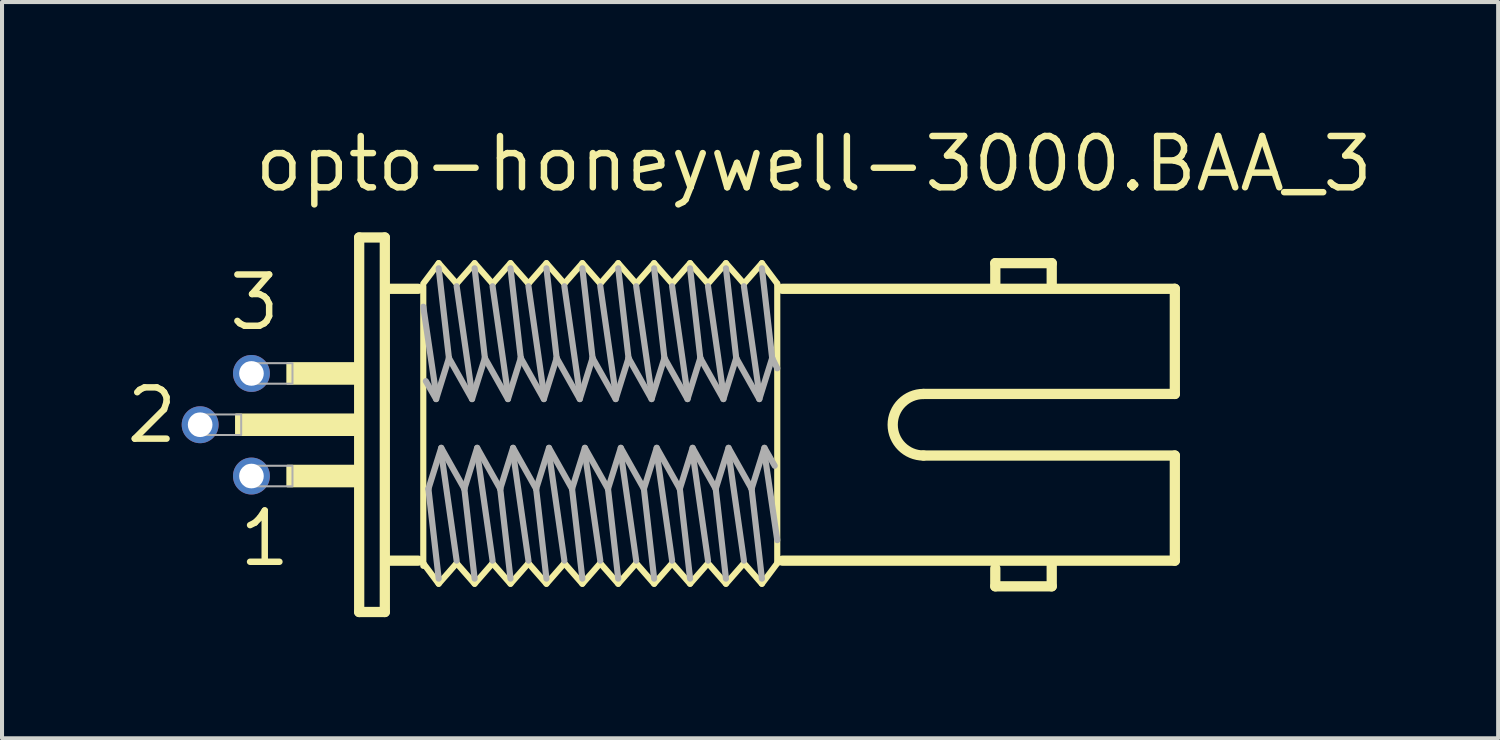
<source format=kicad_pcb>
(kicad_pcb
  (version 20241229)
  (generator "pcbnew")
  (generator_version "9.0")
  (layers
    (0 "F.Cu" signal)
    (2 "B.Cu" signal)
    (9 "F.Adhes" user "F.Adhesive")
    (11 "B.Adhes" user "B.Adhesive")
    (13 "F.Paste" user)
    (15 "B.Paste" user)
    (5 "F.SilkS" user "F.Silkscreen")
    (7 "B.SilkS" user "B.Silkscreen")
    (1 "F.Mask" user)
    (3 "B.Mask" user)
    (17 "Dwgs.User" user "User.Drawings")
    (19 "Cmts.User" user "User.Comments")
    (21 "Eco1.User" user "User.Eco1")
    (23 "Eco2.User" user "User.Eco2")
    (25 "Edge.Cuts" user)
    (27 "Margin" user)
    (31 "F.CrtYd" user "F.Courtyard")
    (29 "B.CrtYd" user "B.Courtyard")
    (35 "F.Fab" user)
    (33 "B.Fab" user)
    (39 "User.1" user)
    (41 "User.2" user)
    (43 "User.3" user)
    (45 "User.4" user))
  (footprint "opto-honeywell-3000.BAA_3"
    (layer "F.Cu")
    (at 5.715 7.465)
    (property "Reference" "opto-honeywell-3000.BAA_3" (at -2.54 -5.715 0) (layer "F.SilkS") (effects (font (size 1.27 1.27) (thickness 0.16)) (justify left bottom)))
    (attr through_hole)
    (fp_line (start 0.127 -4.636) (end 0.762 -4.636) (stroke (width 0.254) (type default)) (layer "F.SilkS"))
    (fp_line (start 0.127 4.636) (end 0.127 -4.636) (stroke (width 0.254) (type default)) (layer "F.SilkS"))
    (fp_line (start 0.762 -4.636) (end 0.762 4.636) (stroke (width 0.254) (type default)) (layer "F.SilkS"))
    (fp_line (start 0.762 4.636) (end 0.127 4.636) (stroke (width 0.254) (type default)) (layer "F.SilkS"))
    (fp_line (start 0.889 -3.365) (end 1.587 -3.365) (stroke (width 0.254) (type default)) (layer "F.SilkS"))
    (fp_line (start 0.889 3.365) (end 1.587 3.365) (stroke (width 0.254) (type default)) (layer "F.SilkS"))
    (fp_line (start 1.714 -3.493) (end 2.095 -4) (stroke (width 0.152) (type default)) (layer "F.SilkS"))
    (fp_line (start 1.714 3.429) (end 1.714 -3.429) (stroke (width 0.152) (type default)) (layer "F.SilkS"))
    (fp_line (start 1.714 3.493) (end 1.714 3.429) (stroke (width 0.152) (type default)) (layer "F.SilkS"))
    (fp_line (start 2.095 -4) (end 2.54 -3.493) (stroke (width 0.152) (type default)) (layer "F.SilkS"))
    (fp_line (start 2.095 3.937) (end 1.714 3.429) (stroke (width 0.152) (type default)) (layer "F.SilkS"))
    (fp_line (start 2.54 -3.493) (end 2.985 -4) (stroke (width 0.152) (type default)) (layer "F.SilkS"))
    (fp_line (start 2.54 3.429) (end 2.095 3.937) (stroke (width 0.152) (type default)) (layer "F.SilkS"))
    (fp_line (start 2.985 -4) (end 3.429 -3.493) (stroke (width 0.152) (type default)) (layer "F.SilkS"))
    (fp_line (start 2.985 3.937) (end 2.54 3.429) (stroke (width 0.152) (type default)) (layer "F.SilkS"))
    (fp_line (start 3.429 -3.493) (end 3.873 -4) (stroke (width 0.152) (type default)) (layer "F.SilkS"))
    (fp_line (start 3.429 3.429) (end 2.985 3.937) (stroke (width 0.152) (type default)) (layer "F.SilkS"))
    (fp_line (start 3.873 -4) (end 4.318 -3.493) (stroke (width 0.152) (type default)) (layer "F.SilkS"))
    (fp_line (start 3.873 3.937) (end 3.429 3.429) (stroke (width 0.152) (type default)) (layer "F.SilkS"))
    (fp_line (start 4.318 -3.493) (end 4.763 -4) (stroke (width 0.152) (type default)) (layer "F.SilkS"))
    (fp_line (start 4.318 3.429) (end 3.873 3.937) (stroke (width 0.152) (type default)) (layer "F.SilkS"))
    (fp_line (start 4.763 -4) (end 5.207 -3.493) (stroke (width 0.152) (type default)) (layer "F.SilkS"))
    (fp_line (start 4.763 3.937) (end 4.318 3.429) (stroke (width 0.152) (type default)) (layer "F.SilkS"))
    (fp_line (start 5.207 -3.493) (end 5.652 -4) (stroke (width 0.152) (type default)) (layer "F.SilkS"))
    (fp_line (start 5.207 3.429) (end 4.763 3.937) (stroke (width 0.152) (type default)) (layer "F.SilkS"))
    (fp_line (start 5.652 -4) (end 6.096 -3.493) (stroke (width 0.152) (type default)) (layer "F.SilkS"))
    (fp_line (start 5.652 3.937) (end 5.207 3.429) (stroke (width 0.152) (type default)) (layer "F.SilkS"))
    (fp_line (start 6.096 -3.493) (end 6.54 -4) (stroke (width 0.152) (type default)) (layer "F.SilkS"))
    (fp_line (start 6.096 3.429) (end 5.652 3.937) (stroke (width 0.152) (type default)) (layer "F.SilkS"))
    (fp_line (start 6.54 -4) (end 6.985 -3.493) (stroke (width 0.152) (type default)) (layer "F.SilkS"))
    (fp_line (start 6.54 3.937) (end 6.096 3.429) (stroke (width 0.152) (type default)) (layer "F.SilkS"))
    (fp_line (start 6.985 -3.493) (end 7.429 -4) (stroke (width 0.152) (type default)) (layer "F.SilkS"))
    (fp_line (start 6.985 3.429) (end 6.54 3.937) (stroke (width 0.152) (type default)) (layer "F.SilkS"))
    (fp_line (start 7.429 -4) (end 7.874 -3.493) (stroke (width 0.152) (type default)) (layer "F.SilkS"))
    (fp_line (start 7.429 3.937) (end 6.985 3.429) (stroke (width 0.152) (type default)) (layer "F.SilkS"))
    (fp_line (start 7.874 -3.493) (end 8.319 -4) (stroke (width 0.152) (type default)) (layer "F.SilkS"))
    (fp_line (start 7.874 3.429) (end 7.429 3.937) (stroke (width 0.152) (type default)) (layer "F.SilkS"))
    (fp_line (start 8.319 -4) (end 8.763 -3.493) (stroke (width 0.152) (type default)) (layer "F.SilkS"))
    (fp_line (start 8.319 3.937) (end 7.874 3.429) (stroke (width 0.152) (type default)) (layer "F.SilkS"))
    (fp_line (start 8.763 -3.493) (end 9.207 -4) (stroke (width 0.152) (type default)) (layer "F.SilkS"))
    (fp_line (start 8.763 3.429) (end 8.319 3.937) (stroke (width 0.152) (type default)) (layer "F.SilkS"))
    (fp_line (start 9.207 -4) (end 9.652 -3.493) (stroke (width 0.152) (type default)) (layer "F.SilkS"))
    (fp_line (start 9.207 3.937) (end 8.763 3.429) (stroke (width 0.152) (type default)) (layer "F.SilkS"))
    (fp_line (start 9.652 -3.493) (end 10.097 -4) (stroke (width 0.152) (type default)) (layer "F.SilkS"))
    (fp_line (start 9.652 3.429) (end 9.207 3.937) (stroke (width 0.152) (type default)) (layer "F.SilkS"))
    (fp_line (start 10.097 -4) (end 10.477 -3.493) (stroke (width 0.152) (type default)) (layer "F.SilkS"))
    (fp_line (start 10.097 3.937) (end 9.652 3.429) (stroke (width 0.152) (type default)) (layer "F.SilkS"))
    (fp_line (start 10.477 -3.493) (end 10.477 3.429) (stroke (width 0.152) (type default)) (layer "F.SilkS"))
    (fp_line (start 10.477 3.429) (end 10.097 3.937) (stroke (width 0.152) (type default)) (layer "F.SilkS"))
    (fp_line (start 10.604 -3.365) (end 20.32 -3.365) (stroke (width 0.254) (type default)) (layer "F.SilkS"))
    (fp_line (start 14.097 0.762) (end 20.32 0.762) (stroke (width 0.254) (type default)) (layer "F.SilkS"))
    (fp_line (start 15.875 -4) (end 17.272 -4) (stroke (width 0.254) (type default)) (layer "F.SilkS"))
    (fp_line (start 15.875 -3.429) (end 15.875 -4) (stroke (width 0.254) (type default)) (layer "F.SilkS"))
    (fp_line (start 15.875 3.556) (end 15.875 4) (stroke (width 0.254) (type default)) (layer "F.SilkS"))
    (fp_line (start 15.875 4) (end 17.272 4) (stroke (width 0.254) (type default)) (layer "F.SilkS"))
    (fp_line (start 17.272 -4) (end 17.272 -3.493) (stroke (width 0.254) (type default)) (layer "F.SilkS"))
    (fp_line (start 17.272 4) (end 17.272 3.493) (stroke (width 0.254) (type default)) (layer "F.SilkS"))
    (fp_line (start 20.32 -3.365) (end 20.32 -0.762) (stroke (width 0.254) (type default)) (layer "F.SilkS"))
    (fp_line (start 20.32 -0.762) (end 14.097 -0.762) (stroke (width 0.254) (type default)) (layer "F.SilkS"))
    (fp_line (start 20.32 0.762) (end 20.32 3.365) (stroke (width 0.254) (type default)) (layer "F.SilkS"))
    (fp_line (start 20.32 3.365) (end 10.604 3.365) (stroke (width 0.254) (type default)) (layer "F.SilkS"))
    (fp_rect (start -2.921 0.254) (end 0 -0.254) (stroke (width 0.05) (type default)) (fill yes) (layer "F.SilkS"))
    (fp_rect (start -1.651 -1.016) (end 0 -1.524) (stroke (width 0.05) (type default)) (fill yes) (layer "F.SilkS"))
    (fp_rect (start -1.651 1.524) (end 0 1.016) (stroke (width 0.05) (type default)) (fill yes) (layer "F.SilkS"))
    (fp_arc (start 14.097 0.762) (mid 13.335 0) (end 14.097 -0.762) (stroke (width 0.254) (type default)) (layer "F.SilkS"))
    (fp_line (start 1.714 -2.921) (end 2.032 -0.762) (stroke (width 0.152) (type default)) (layer "F.Fab"))
    (fp_line (start 1.778 -1.079) (end 2.032 -0.635) (stroke (width 0.152) (type default)) (layer "F.Fab"))
    (fp_line (start 2.032 -0.635) (end 2.349 -1.651) (stroke (width 0.152) (type default)) (layer "F.Fab"))
    (fp_line (start 2.095 -3.873) (end 2.349 -1.651) (stroke (width 0.152) (type default)) (layer "F.Fab"))
    (fp_line (start 2.095 3.81) (end 1.841 1.587) (stroke (width 0.152) (type default)) (layer "F.Fab"))
    (fp_line (start 2.159 0.572) (end 1.841 1.587) (stroke (width 0.152) (type default)) (layer "F.Fab"))
    (fp_line (start 2.349 -1.651) (end 2.921 -0.635) (stroke (width 0.152) (type default)) (layer "F.Fab"))
    (fp_line (start 2.54 -3.429) (end 2.921 -0.762) (stroke (width 0.152) (type default)) (layer "F.Fab"))
    (fp_line (start 2.54 3.365) (end 2.159 0.699) (stroke (width 0.152) (type default)) (layer "F.Fab"))
    (fp_line (start 2.731 1.587) (end 2.159 0.572) (stroke (width 0.152) (type default)) (layer "F.Fab"))
    (fp_line (start 2.921 -0.635) (end 3.239 -1.651) (stroke (width 0.152) (type default)) (layer "F.Fab"))
    (fp_line (start 2.985 -3.873) (end 3.239 -1.651) (stroke (width 0.152) (type default)) (layer "F.Fab"))
    (fp_line (start 2.985 3.81) (end 2.731 1.587) (stroke (width 0.152) (type default)) (layer "F.Fab"))
    (fp_line (start 3.048 0.572) (end 2.731 1.587) (stroke (width 0.152) (type default)) (layer "F.Fab"))
    (fp_line (start 3.239 -1.651) (end 3.81 -0.635) (stroke (width 0.152) (type default)) (layer "F.Fab"))
    (fp_line (start 3.429 -3.429) (end 3.81 -0.762) (stroke (width 0.152) (type default)) (layer "F.Fab"))
    (fp_line (start 3.429 3.365) (end 3.048 0.699) (stroke (width 0.152) (type default)) (layer "F.Fab"))
    (fp_line (start 3.619 1.587) (end 3.048 0.572) (stroke (width 0.152) (type default)) (layer "F.Fab"))
    (fp_line (start 3.81 -0.635) (end 4.128 -1.651) (stroke (width 0.152) (type default)) (layer "F.Fab"))
    (fp_line (start 3.873 -3.873) (end 4.128 -1.651) (stroke (width 0.152) (type default)) (layer "F.Fab"))
    (fp_line (start 3.873 3.81) (end 3.619 1.587) (stroke (width 0.152) (type default)) (layer "F.Fab"))
    (fp_line (start 3.937 0.572) (end 3.619 1.587) (stroke (width 0.152) (type default)) (layer "F.Fab"))
    (fp_line (start 4.128 -1.651) (end 4.699 -0.635) (stroke (width 0.152) (type default)) (layer "F.Fab"))
    (fp_line (start 4.318 -3.429) (end 4.699 -0.762) (stroke (width 0.152) (type default)) (layer "F.Fab"))
    (fp_line (start 4.318 3.365) (end 3.937 0.699) (stroke (width 0.152) (type default)) (layer "F.Fab"))
    (fp_line (start 4.508 1.587) (end 3.937 0.572) (stroke (width 0.152) (type default)) (layer "F.Fab"))
    (fp_line (start 4.699 -0.635) (end 5.016 -1.651) (stroke (width 0.152) (type default)) (layer "F.Fab"))
    (fp_line (start 4.763 -3.873) (end 5.016 -1.651) (stroke (width 0.152) (type default)) (layer "F.Fab"))
    (fp_line (start 4.763 3.81) (end 4.508 1.587) (stroke (width 0.152) (type default)) (layer "F.Fab"))
    (fp_line (start 4.826 0.572) (end 4.508 1.587) (stroke (width 0.152) (type default)) (layer "F.Fab"))
    (fp_line (start 5.016 -1.651) (end 5.588 -0.635) (stroke (width 0.152) (type default)) (layer "F.Fab"))
    (fp_line (start 5.207 -3.429) (end 5.588 -0.762) (stroke (width 0.152) (type default)) (layer "F.Fab"))
    (fp_line (start 5.207 3.365) (end 4.826 0.699) (stroke (width 0.152) (type default)) (layer "F.Fab"))
    (fp_line (start 5.397 1.587) (end 4.826 0.572) (stroke (width 0.152) (type default)) (layer "F.Fab"))
    (fp_line (start 5.588 -0.635) (end 5.905 -1.651) (stroke (width 0.152) (type default)) (layer "F.Fab"))
    (fp_line (start 5.652 -3.873) (end 5.905 -1.651) (stroke (width 0.152) (type default)) (layer "F.Fab"))
    (fp_line (start 5.652 3.81) (end 5.397 1.587) (stroke (width 0.152) (type default)) (layer "F.Fab"))
    (fp_line (start 5.715 0.572) (end 5.397 1.587) (stroke (width 0.152) (type default)) (layer "F.Fab"))
    (fp_line (start 5.905 -1.651) (end 6.477 -0.635) (stroke (width 0.152) (type default)) (layer "F.Fab"))
    (fp_line (start 6.096 -3.429) (end 6.477 -0.762) (stroke (width 0.152) (type default)) (layer "F.Fab"))
    (fp_line (start 6.096 3.365) (end 5.715 0.699) (stroke (width 0.152) (type default)) (layer "F.Fab"))
    (fp_line (start 6.287 1.587) (end 5.715 0.572) (stroke (width 0.152) (type default)) (layer "F.Fab"))
    (fp_line (start 6.477 -0.635) (end 6.795 -1.651) (stroke (width 0.152) (type default)) (layer "F.Fab"))
    (fp_line (start 6.54 -3.873) (end 6.795 -1.651) (stroke (width 0.152) (type default)) (layer "F.Fab"))
    (fp_line (start 6.54 3.81) (end 6.287 1.587) (stroke (width 0.152) (type default)) (layer "F.Fab"))
    (fp_line (start 6.604 0.572) (end 6.287 1.587) (stroke (width 0.152) (type default)) (layer "F.Fab"))
    (fp_line (start 6.795 -1.651) (end 7.366 -0.635) (stroke (width 0.152) (type default)) (layer "F.Fab"))
    (fp_line (start 6.985 -3.429) (end 7.366 -0.762) (stroke (width 0.152) (type default)) (layer "F.Fab"))
    (fp_line (start 6.985 3.365) (end 6.604 0.699) (stroke (width 0.152) (type default)) (layer "F.Fab"))
    (fp_line (start 7.176 1.587) (end 6.604 0.572) (stroke (width 0.152) (type default)) (layer "F.Fab"))
    (fp_line (start 7.366 -0.635) (end 7.684 -1.651) (stroke (width 0.152) (type default)) (layer "F.Fab"))
    (fp_line (start 7.429 -3.873) (end 7.684 -1.651) (stroke (width 0.152) (type default)) (layer "F.Fab"))
    (fp_line (start 7.429 3.81) (end 7.176 1.587) (stroke (width 0.152) (type default)) (layer "F.Fab"))
    (fp_line (start 7.493 0.572) (end 7.176 1.587) (stroke (width 0.152) (type default)) (layer "F.Fab"))
    (fp_line (start 7.684 -1.651) (end 8.255 -0.635) (stroke (width 0.152) (type default)) (layer "F.Fab"))
    (fp_line (start 7.874 -3.429) (end 8.255 -0.762) (stroke (width 0.152) (type default)) (layer "F.Fab"))
    (fp_line (start 7.874 3.365) (end 7.493 0.699) (stroke (width 0.152) (type default)) (layer "F.Fab"))
    (fp_line (start 8.065 1.587) (end 7.493 0.572) (stroke (width 0.152) (type default)) (layer "F.Fab"))
    (fp_line (start 8.255 -0.635) (end 8.572 -1.651) (stroke (width 0.152) (type default)) (layer "F.Fab"))
    (fp_line (start 8.319 -3.873) (end 8.572 -1.651) (stroke (width 0.152) (type default)) (layer "F.Fab"))
    (fp_line (start 8.319 3.81) (end 8.065 1.587) (stroke (width 0.152) (type default)) (layer "F.Fab"))
    (fp_line (start 8.382 0.572) (end 8.065 1.587) (stroke (width 0.152) (type default)) (layer "F.Fab"))
    (fp_line (start 8.572 -1.651) (end 9.144 -0.635) (stroke (width 0.152) (type default)) (layer "F.Fab"))
    (fp_line (start 8.763 -3.429) (end 9.144 -0.762) (stroke (width 0.152) (type default)) (layer "F.Fab"))
    (fp_line (start 8.763 3.365) (end 8.382 0.699) (stroke (width 0.152) (type default)) (layer "F.Fab"))
    (fp_line (start 8.954 1.587) (end 8.382 0.572) (stroke (width 0.152) (type default)) (layer "F.Fab"))
    (fp_line (start 9.144 -0.635) (end 9.461 -1.651) (stroke (width 0.152) (type default)) (layer "F.Fab"))
    (fp_line (start 9.207 -3.873) (end 9.461 -1.651) (stroke (width 0.152) (type default)) (layer "F.Fab"))
    (fp_line (start 9.207 3.81) (end 8.954 1.587) (stroke (width 0.152) (type default)) (layer "F.Fab"))
    (fp_line (start 9.271 0.572) (end 8.954 1.587) (stroke (width 0.152) (type default)) (layer "F.Fab"))
    (fp_line (start 9.461 -1.651) (end 10.033 -0.635) (stroke (width 0.152) (type default)) (layer "F.Fab"))
    (fp_line (start 9.652 -3.429) (end 10.033 -0.762) (stroke (width 0.152) (type default)) (layer "F.Fab"))
    (fp_line (start 9.652 3.365) (end 9.271 0.699) (stroke (width 0.152) (type default)) (layer "F.Fab"))
    (fp_line (start 9.842 1.587) (end 9.271 0.572) (stroke (width 0.152) (type default)) (layer "F.Fab"))
    (fp_line (start 10.033 -0.635) (end 10.351 -1.651) (stroke (width 0.152) (type default)) (layer "F.Fab"))
    (fp_line (start 10.097 -3.873) (end 10.351 -1.651) (stroke (width 0.152) (type default)) (layer "F.Fab"))
    (fp_line (start 10.097 3.81) (end 9.842 1.587) (stroke (width 0.152) (type default)) (layer "F.Fab"))
    (fp_line (start 10.16 0.572) (end 9.842 1.587) (stroke (width 0.152) (type default)) (layer "F.Fab"))
    (fp_line (start 10.351 -1.651) (end 10.477 -1.397) (stroke (width 0.152) (type default)) (layer "F.Fab"))
    (fp_line (start 10.414 1.016) (end 10.16 0.572) (stroke (width 0.152) (type default)) (layer "F.Fab"))
    (fp_line (start 10.477 2.857) (end 10.16 0.699) (stroke (width 0.152) (type default)) (layer "F.Fab"))
    (fp_rect (start -3.937 0.254) (end -2.794 -0.254) (stroke (width 0.05) (type default)) (fill no) (layer "F.Fab"))
    (fp_rect (start -2.667 -1.016) (end -1.524 -1.524) (stroke (width 0.05) (type default)) (fill no) (layer "F.Fab"))
    (fp_rect (start -2.667 1.524) (end -1.524 1.016) (stroke (width 0.05) (type default)) (fill no) (layer "F.Fab"))
    (fp_text user "1" (at -2.921 3.556 0) (layer "F.SilkS") (effects (font (size 1.27 1.27) (thickness 0.16)) (justify left bottom)))
    (fp_text user "3" (at -3.175 -2.286 0) (layer "F.SilkS") (effects (font (size 1.27 1.27) (thickness 0.16)) (justify left bottom)))
    (fp_text user "2" (at -5.715 0.508 0) (layer "F.SilkS") (effects (font (size 1.27 1.27) (thickness 0.16)) (justify left bottom)))
    (pad "1" thru_hole circle (at -2.54 1.27) (size 0.914 0.914) (drill 0.61) (layers "*.Cu" "*.Mask"))
    (pad "2" thru_hole circle (at -3.81 0) (size 0.914 0.914) (drill 0.61) (layers "*.Cu" "*.Mask"))
    (pad "3" thru_hole circle (at -2.54 -1.27) (size 0.914 0.914) (drill 0.61) (layers "*.Cu" "*.Mask")))
  (gr_rect
    (start -3 -3)
    (end 34.039 15.227)
    (stroke (width 0.1) (type default))
    (fill no)
    (layer "Edge.Cuts")))
</source>
